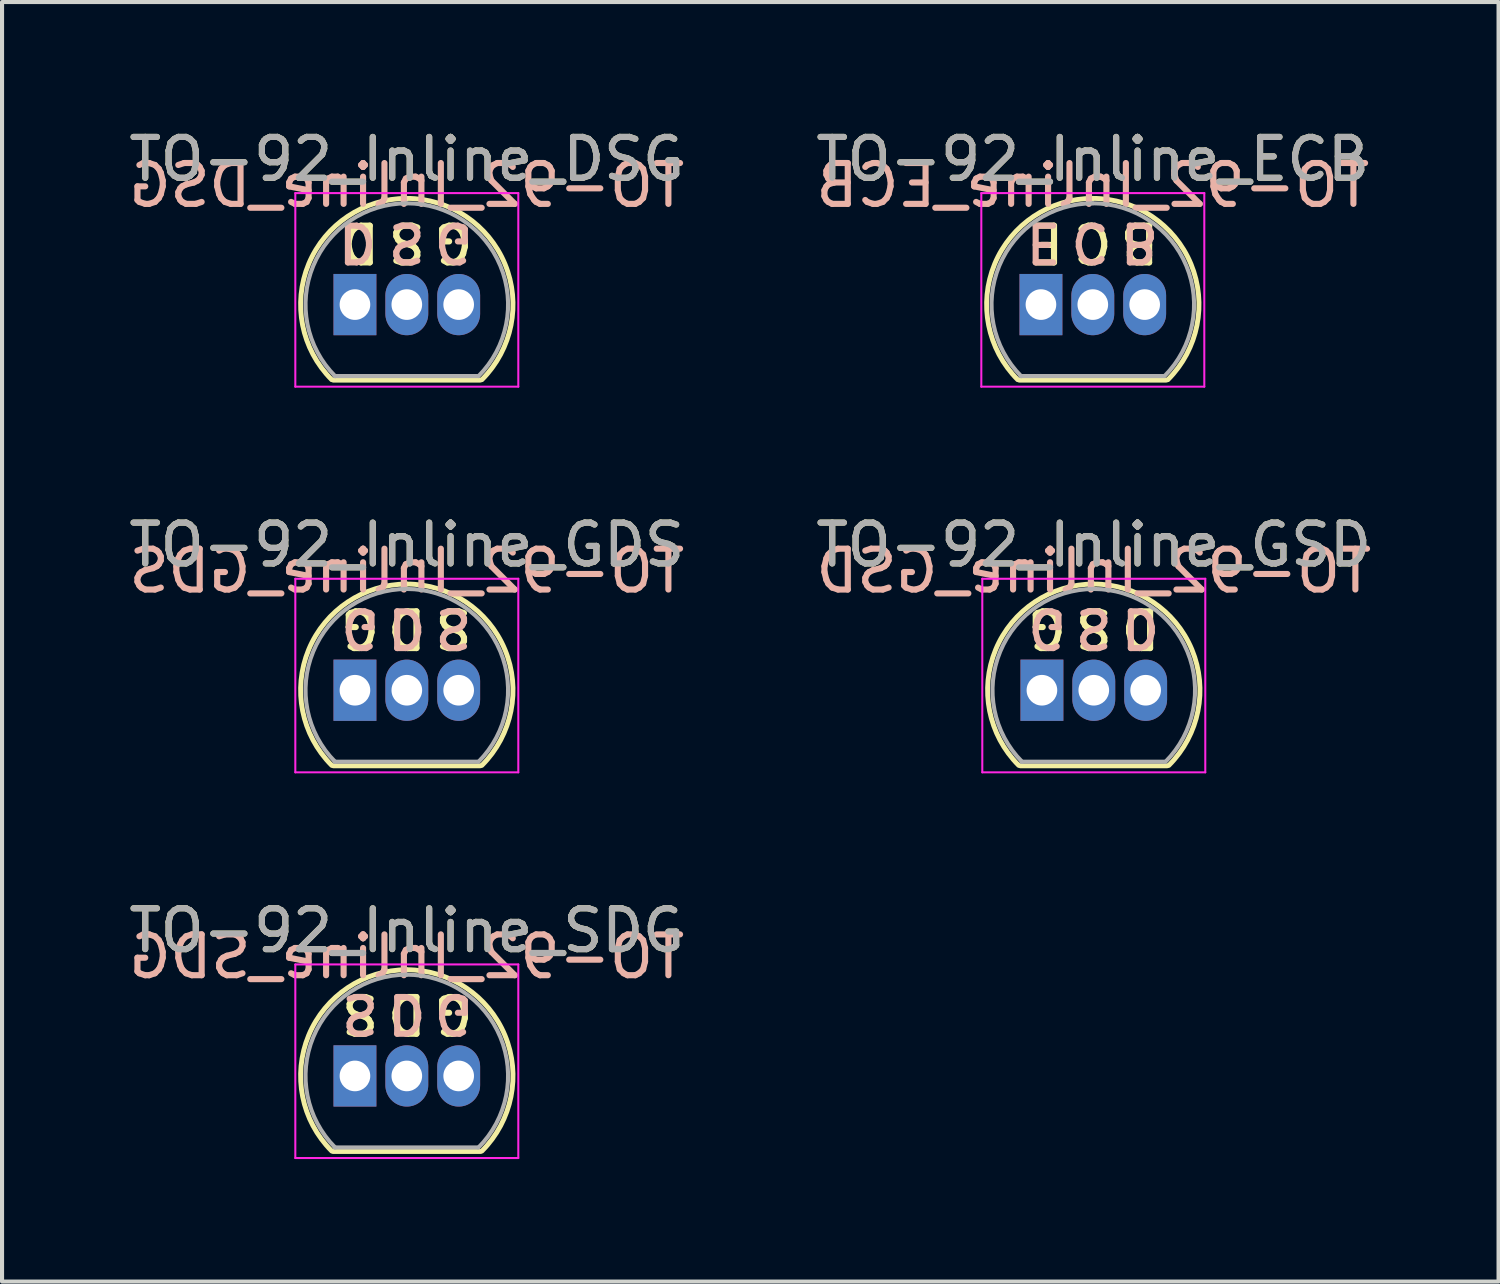
<source format=kicad_pcb>
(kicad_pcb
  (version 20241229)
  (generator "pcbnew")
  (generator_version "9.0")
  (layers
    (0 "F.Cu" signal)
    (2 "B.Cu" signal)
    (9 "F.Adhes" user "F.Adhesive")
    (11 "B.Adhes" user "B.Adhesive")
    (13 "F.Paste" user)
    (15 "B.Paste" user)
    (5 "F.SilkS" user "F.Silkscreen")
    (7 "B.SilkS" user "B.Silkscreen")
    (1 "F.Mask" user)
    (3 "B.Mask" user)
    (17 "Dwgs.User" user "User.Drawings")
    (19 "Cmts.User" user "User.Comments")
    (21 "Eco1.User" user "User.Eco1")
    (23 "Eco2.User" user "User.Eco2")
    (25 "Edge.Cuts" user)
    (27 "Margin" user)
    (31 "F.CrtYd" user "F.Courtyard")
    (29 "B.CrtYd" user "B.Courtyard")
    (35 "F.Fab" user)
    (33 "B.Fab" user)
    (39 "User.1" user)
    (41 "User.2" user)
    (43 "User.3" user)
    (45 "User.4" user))
  (footprint "TO-92_Inline_DSG"
    (layer "F.Cu")
    (at 5.641 4.408)
    (property "Reference" "TO-92_Inline_DSG" (at 1.27 -3.56 0) (layer "F.SilkS") (effects (font (size 1 1) (thickness 0.15))))
    (fp_line (start -0.53 1.85) (end 3.07 1.85) (stroke (width 0.12) (type solid)) (layer "F.SilkS"))
    (fp_arc (start -0.568478 1.838478) (mid -1.132087 -0.994977) (end 1.27 -2.6) (stroke (width 0.12) (type solid)) (layer "F.SilkS"))
    (fp_arc (start 1.27 -2.6) (mid 3.672087 -0.994977) (end 3.108478 1.838478) (stroke (width 0.12) (type solid)) (layer "F.SilkS"))
    (fp_line (start -1.46 -2.73) (end -1.46 2.01) (stroke (width 0.05) (type solid)) (layer "F.CrtYd"))
    (fp_line (start -1.46 -2.73) (end 4 -2.73) (stroke (width 0.05) (type solid)) (layer "F.CrtYd"))
    (fp_line (start 4 2.01) (end -1.46 2.01) (stroke (width 0.05) (type solid)) (layer "F.CrtYd"))
    (fp_line (start 4 2.01) (end 4 -2.73) (stroke (width 0.05) (type solid)) (layer "F.CrtYd"))
    (fp_line (start -0.5 1.75) (end 3 1.75) (stroke (width 0.1) (type solid)) (layer "F.Fab"))
    (fp_arc (start -0.483625 1.753625) (mid -1.021221 -0.949055) (end 1.27 -2.48) (stroke (width 0.1) (type solid)) (layer "F.Fab"))
    (fp_arc (start 1.27 -2.48) (mid 3.561221 -0.949055) (end 3.023625 1.753625) (stroke (width 0.1) (type solid)) (layer "F.Fab"))
    (fp_text user "S" (at 1.27 -1.524 180) (unlocked yes) (layer "F.SilkS") (effects (font (size 0.9 0.9) (thickness 0.15))))
    (fp_text user "D" (at 0.127 -1.524 180) (unlocked yes) (layer "F.SilkS") (effects (font (size 0.9 0.9) (thickness 0.15))))
    (fp_text user "G" (at 2.413 -1.524 180) (unlocked yes) (layer "F.SilkS") (effects (font (size 0.9 0.9) (thickness 0.15))))
    (fp_text user "D" (at 0.064 -1.524 180) (unlocked yes) (layer "B.SilkS") (effects (font (size 0.9 0.9) (thickness 0.15)) (justify mirror)))
    (fp_text user "${REFERENCE}" (at 1.27 -2.921 0) (layer "B.SilkS") (effects (font (size 1 1) (thickness 0.15)) (justify mirror)))
    (fp_text user "S" (at 1.27 -1.524 180) (unlocked yes) (layer "B.SilkS") (effects (font (size 0.9 0.9) (thickness 0.15)) (justify mirror)))
    (fp_text user "G" (at 2.413 -1.524 180) (unlocked yes) (layer "B.SilkS") (effects (font (size 0.9 0.9) (thickness 0.15)) (justify mirror)))
    (fp_text user "${REFERENCE}" (at 1.27 -3.56 0) (layer "F.Fab") (effects (font (size 1 1) (thickness 0.15))))
    (pad "1" thru_hole rect (at 0 0) (size 1.05 1.5) (drill 0.75) (layers "*.Cu" "*.Mask"))
    (pad "2" thru_hole oval (at 1.27 0) (size 1.05 1.5) (drill 0.75) (layers "*.Cu" "*.Mask"))
    (pad "3" thru_hole oval (at 2.54 0) (size 1.05 1.5) (drill 0.75) (layers "*.Cu" "*.Mask")))
  (footprint "TO-92_Inline_ECB"
    (layer "F.Cu")
    (at 22.438 4.408)
    (property "Reference" "TO-92_Inline_ECB" (at 1.27 -3.56 0) (layer "F.SilkS") (effects (font (size 1 1) (thickness 0.15))))
    (fp_line (start -0.53 1.85) (end 3.07 1.85) (stroke (width 0.12) (type solid)) (layer "F.SilkS"))
    (fp_arc (start -0.568478 1.838478) (mid -1.132087 -0.994977) (end 1.27 -2.6) (stroke (width 0.12) (type solid)) (layer "F.SilkS"))
    (fp_arc (start 1.27 -2.6) (mid 3.672087 -0.994977) (end 3.108478 1.838478) (stroke (width 0.12) (type solid)) (layer "F.SilkS"))
    (fp_line (start -1.46 -2.73) (end -1.46 2.01) (stroke (width 0.05) (type solid)) (layer "F.CrtYd"))
    (fp_line (start -1.46 -2.73) (end 4 -2.73) (stroke (width 0.05) (type solid)) (layer "F.CrtYd"))
    (fp_line (start 4 2.01) (end -1.46 2.01) (stroke (width 0.05) (type solid)) (layer "F.CrtYd"))
    (fp_line (start 4 2.01) (end 4 -2.73) (stroke (width 0.05) (type solid)) (layer "F.CrtYd"))
    (fp_line (start -0.5 1.75) (end 3 1.75) (stroke (width 0.1) (type solid)) (layer "F.Fab"))
    (fp_arc (start -0.483625 1.753625) (mid -1.021221 -0.949055) (end 1.27 -2.48) (stroke (width 0.1) (type solid)) (layer "F.Fab"))
    (fp_arc (start 1.27 -2.48) (mid 3.561221 -0.949055) (end 3.023625 1.753625) (stroke (width 0.1) (type solid)) (layer "F.Fab"))
    (fp_text user "C" (at 1.27 -1.524 180) (unlocked yes) (layer "F.SilkS") (effects (font (size 0.9 0.9) (thickness 0.15))))
    (fp_text user "B" (at 2.413 -1.524 180) (unlocked yes) (layer "F.SilkS") (effects (font (size 0.9 0.9) (thickness 0.15))))
    (fp_text user "E" (at 0.127 -1.524 180) (unlocked yes) (layer "F.SilkS") (effects (font (size 0.9 0.9) (thickness 0.15))))
    (fp_text user "C" (at 1.206 -1.524 180) (unlocked yes) (layer "B.SilkS") (effects (font (size 0.9 0.9) (thickness 0.15)) (justify mirror)))
    (fp_text user "${REFERENCE}" (at 1.27 -2.921 0) (layer "B.SilkS") (effects (font (size 1 1) (thickness 0.15)) (justify mirror)))
    (fp_text user "E" (at 0.064 -1.524 180) (unlocked yes) (layer "B.SilkS") (effects (font (size 0.9 0.9) (thickness 0.15)) (justify mirror)))
    (fp_text user "B" (at 2.413 -1.524 180) (unlocked yes) (layer "B.SilkS") (effects (font (size 0.9 0.9) (thickness 0.15)) (justify mirror)))
    (fp_text user "${REFERENCE}" (at 1.27 -3.56 0) (layer "F.Fab") (effects (font (size 1 1) (thickness 0.15))))
    (pad "1" thru_hole rect (at 0 0) (size 1.05 1.5) (drill 0.75) (layers "*.Cu" "*.Mask"))
    (pad "2" thru_hole oval (at 1.27 0) (size 1.05 1.5) (drill 0.75) (layers "*.Cu" "*.Mask"))
    (pad "3" thru_hole oval (at 2.54 0) (size 1.05 1.5) (drill 0.75) (layers "*.Cu" "*.Mask")))
  (footprint "TO-92_Inline_GDS"
    (layer "F.Cu")
    (at 5.641 13.851)
    (property "Reference" "TO-92_Inline_GDS" (at 1.27 -3.56 0) (layer "F.SilkS") (effects (font (size 1 1) (thickness 0.15))))
    (fp_line (start -0.53 1.85) (end 3.07 1.85) (stroke (width 0.12) (type solid)) (layer "F.SilkS"))
    (fp_arc (start -0.568478 1.838478) (mid -1.132087 -0.994977) (end 1.27 -2.6) (stroke (width 0.12) (type solid)) (layer "F.SilkS"))
    (fp_arc (start 1.27 -2.6) (mid 3.672087 -0.994977) (end 3.108478 1.838478) (stroke (width 0.12) (type solid)) (layer "F.SilkS"))
    (fp_line (start -1.46 -2.73) (end -1.46 2.01) (stroke (width 0.05) (type solid)) (layer "F.CrtYd"))
    (fp_line (start -1.46 -2.73) (end 4 -2.73) (stroke (width 0.05) (type solid)) (layer "F.CrtYd"))
    (fp_line (start 4 2.01) (end -1.46 2.01) (stroke (width 0.05) (type solid)) (layer "F.CrtYd"))
    (fp_line (start 4 2.01) (end 4 -2.73) (stroke (width 0.05) (type solid)) (layer "F.CrtYd"))
    (fp_line (start -0.5 1.75) (end 3 1.75) (stroke (width 0.1) (type solid)) (layer "F.Fab"))
    (fp_arc (start -0.483625 1.753625) (mid -1.021221 -0.949055) (end 1.27 -2.48) (stroke (width 0.1) (type solid)) (layer "F.Fab"))
    (fp_arc (start 1.27 -2.48) (mid 3.561221 -0.949055) (end 3.023625 1.753625) (stroke (width 0.1) (type solid)) (layer "F.Fab"))
    (fp_text user "S" (at 2.413 -1.524 180) (unlocked yes) (layer "F.SilkS") (effects (font (size 0.9 0.9) (thickness 0.15))))
    (fp_text user "G" (at 0.127 -1.524 180) (unlocked yes) (layer "F.SilkS") (effects (font (size 0.9 0.9) (thickness 0.15))))
    (fp_text user "D" (at 1.27 -1.524 180) (unlocked yes) (layer "F.SilkS") (effects (font (size 0.9 0.9) (thickness 0.15))))
    (fp_text user "G" (at 0.127 -1.524 180) (unlocked yes) (layer "B.SilkS") (effects (font (size 0.9 0.9) (thickness 0.15)) (justify mirror)))
    (fp_text user "D" (at 1.27 -1.524 180) (unlocked yes) (layer "B.SilkS") (effects (font (size 0.9 0.9) (thickness 0.15)) (justify mirror)))
    (fp_text user "S" (at 2.413 -1.524 180) (unlocked yes) (layer "B.SilkS") (effects (font (size 0.9 0.9) (thickness 0.15)) (justify mirror)))
    (fp_text user "${REFERENCE}" (at 1.27 -2.921 0) (layer "B.SilkS") (effects (font (size 1 1) (thickness 0.15)) (justify mirror)))
    (fp_text user "${REFERENCE}" (at 1.27 -3.56 0) (layer "F.Fab") (effects (font (size 1 1) (thickness 0.15))))
    (pad "1" thru_hole rect (at 0 0) (size 1.05 1.5) (drill 0.75) (layers "*.Cu" "*.Mask"))
    (pad "2" thru_hole oval (at 1.27 0) (size 1.05 1.5) (drill 0.75) (layers "*.Cu" "*.Mask"))
    (pad "3" thru_hole oval (at 2.54 0) (size 1.05 1.5) (drill 0.75) (layers "*.Cu" "*.Mask")))
  (footprint "TO-92_Inline_SDG"
    (layer "F.Cu")
    (at 5.641 23.295)
    (property "Reference" "TO-92_Inline_SDG" (at 1.27 -3.56 0) (layer "F.SilkS") (effects (font (size 1 1) (thickness 0.15))))
    (fp_line (start -0.53 1.85) (end 3.07 1.85) (stroke (width 0.12) (type solid)) (layer "F.SilkS"))
    (fp_arc (start -0.568478 1.838478) (mid -1.132087 -0.994977) (end 1.27 -2.6) (stroke (width 0.12) (type solid)) (layer "F.SilkS"))
    (fp_arc (start 1.27 -2.6) (mid 3.672087 -0.994977) (end 3.108478 1.838478) (stroke (width 0.12) (type solid)) (layer "F.SilkS"))
    (fp_line (start -1.46 -2.73) (end -1.46 2.01) (stroke (width 0.05) (type solid)) (layer "F.CrtYd"))
    (fp_line (start -1.46 -2.73) (end 4 -2.73) (stroke (width 0.05) (type solid)) (layer "F.CrtYd"))
    (fp_line (start 4 2.01) (end -1.46 2.01) (stroke (width 0.05) (type solid)) (layer "F.CrtYd"))
    (fp_line (start 4 2.01) (end 4 -2.73) (stroke (width 0.05) (type solid)) (layer "F.CrtYd"))
    (fp_line (start -0.5 1.75) (end 3 1.75) (stroke (width 0.1) (type solid)) (layer "F.Fab"))
    (fp_arc (start -0.483625 1.753625) (mid -1.021221 -0.949055) (end 1.27 -2.48) (stroke (width 0.1) (type solid)) (layer "F.Fab"))
    (fp_arc (start 1.27 -2.48) (mid 3.561221 -0.949055) (end 3.023625 1.753625) (stroke (width 0.1) (type solid)) (layer "F.Fab"))
    (fp_text user "S" (at 0.127 -1.524 180) (unlocked yes) (layer "F.SilkS") (effects (font (size 0.9 0.9) (thickness 0.15))))
    (fp_text user "D" (at 1.27 -1.524 180) (unlocked yes) (layer "F.SilkS") (effects (font (size 0.9 0.9) (thickness 0.15))))
    (fp_text user "G" (at 2.413 -1.524 180) (unlocked yes) (layer "F.SilkS") (effects (font (size 0.9 0.9) (thickness 0.15))))
    (fp_text user "${REFERENCE}" (at 1.27 -2.921 0) (layer "B.SilkS") (effects (font (size 1 1) (thickness 0.15)) (justify mirror)))
    (fp_text user "D" (at 1.27 -1.524 180) (unlocked yes) (layer "B.SilkS") (effects (font (size 0.9 0.9) (thickness 0.15)) (justify mirror)))
    (fp_text user "G" (at 2.413 -1.524 180) (unlocked yes) (layer "B.SilkS") (effects (font (size 0.9 0.9) (thickness 0.15)) (justify mirror)))
    (fp_text user "S" (at 0.127 -1.524 180) (unlocked yes) (layer "B.SilkS") (effects (font (size 0.9 0.9) (thickness 0.15)) (justify mirror)))
    (fp_text user "${REFERENCE}" (at 1.27 -3.56 0) (layer "F.Fab") (effects (font (size 1 1) (thickness 0.15))))
    (pad "1" thru_hole rect (at 0 0) (size 1.05 1.5) (drill 0.75) (layers "*.Cu" "*.Mask"))
    (pad "2" thru_hole oval (at 1.27 0) (size 1.05 1.5) (drill 0.75) (layers "*.Cu" "*.Mask"))
    (pad "3" thru_hole oval (at 2.54 0) (size 1.05 1.5) (drill 0.75) (layers "*.Cu" "*.Mask")))
  (footprint "TO-92_Inline_GSD"
    (layer "F.Cu")
    (at 22.462 13.851)
    (property "Reference" "TO-92_Inline_GSD" (at 1.27 -3.56 0) (layer "F.SilkS") (effects (font (size 1 1) (thickness 0.15))))
    (fp_line (start -0.53 1.85) (end 3.07 1.85) (stroke (width 0.12) (type solid)) (layer "F.SilkS"))
    (fp_arc (start -0.568478 1.838478) (mid -1.132087 -0.994977) (end 1.27 -2.6) (stroke (width 0.12) (type solid)) (layer "F.SilkS"))
    (fp_arc (start 1.27 -2.6) (mid 3.672087 -0.994977) (end 3.108478 1.838478) (stroke (width 0.12) (type solid)) (layer "F.SilkS"))
    (fp_line (start -1.46 -2.73) (end -1.46 2.01) (stroke (width 0.05) (type solid)) (layer "F.CrtYd"))
    (fp_line (start -1.46 -2.73) (end 4 -2.73) (stroke (width 0.05) (type solid)) (layer "F.CrtYd"))
    (fp_line (start 4 2.01) (end -1.46 2.01) (stroke (width 0.05) (type solid)) (layer "F.CrtYd"))
    (fp_line (start 4 2.01) (end 4 -2.73) (stroke (width 0.05) (type solid)) (layer "F.CrtYd"))
    (fp_line (start -0.5 1.75) (end 3 1.75) (stroke (width 0.1) (type solid)) (layer "F.Fab"))
    (fp_arc (start -0.483625 1.753625) (mid -1.021221 -0.949055) (end 1.27 -2.48) (stroke (width 0.1) (type solid)) (layer "F.Fab"))
    (fp_arc (start 1.27 -2.48) (mid 3.561221 -0.949055) (end 3.023625 1.753625) (stroke (width 0.1) (type solid)) (layer "F.Fab"))
    (fp_text user "S" (at 1.27 -1.524 180) (unlocked yes) (layer "F.SilkS") (effects (font (size 0.9 0.9) (thickness 0.15))))
    (fp_text user "D" (at 2.413 -1.524 180) (unlocked yes) (layer "F.SilkS") (effects (font (size 0.9 0.9) (thickness 0.15))))
    (fp_text user "G" (at 0.127 -1.524 180) (unlocked yes) (layer "F.SilkS") (effects (font (size 0.9 0.9) (thickness 0.15))))
    (fp_text user "D" (at 2.413 -1.524 180) (unlocked yes) (layer "B.SilkS") (effects (font (size 0.9 0.9) (thickness 0.15)) (justify mirror)))
    (fp_text user "${REFERENCE}" (at 1.27 -2.921 0) (layer "B.SilkS") (effects (font (size 1 1) (thickness 0.15)) (justify mirror)))
    (fp_text user "S" (at 1.27 -1.524 180) (unlocked yes) (layer "B.SilkS") (effects (font (size 0.9 0.9) (thickness 0.15)) (justify mirror)))
    (fp_text user "G" (at 0.127 -1.524 180) (unlocked yes) (layer "B.SilkS") (effects (font (size 0.9 0.9) (thickness 0.15)) (justify mirror)))
    (fp_text user "${REFERENCE}" (at 1.27 -3.56 0) (layer "F.Fab") (effects (font (size 1 1) (thickness 0.15))))
    (pad "1" thru_hole rect (at 0 0) (size 1.05 1.5) (drill 0.75) (layers "*.Cu" "*.Mask"))
    (pad "2" thru_hole oval (at 1.27 0) (size 1.05 1.5) (drill 0.75) (layers "*.Cu" "*.Mask"))
    (pad "3" thru_hole oval (at 2.54 0) (size 1.05 1.5) (drill 0.75) (layers "*.Cu" "*.Mask")))
  (gr_rect
    (start -3 -3)
    (end 33.643 28.33)
    (stroke (width 0.1) (type default))
    (fill no)
    (layer "Edge.Cuts")))
</source>
